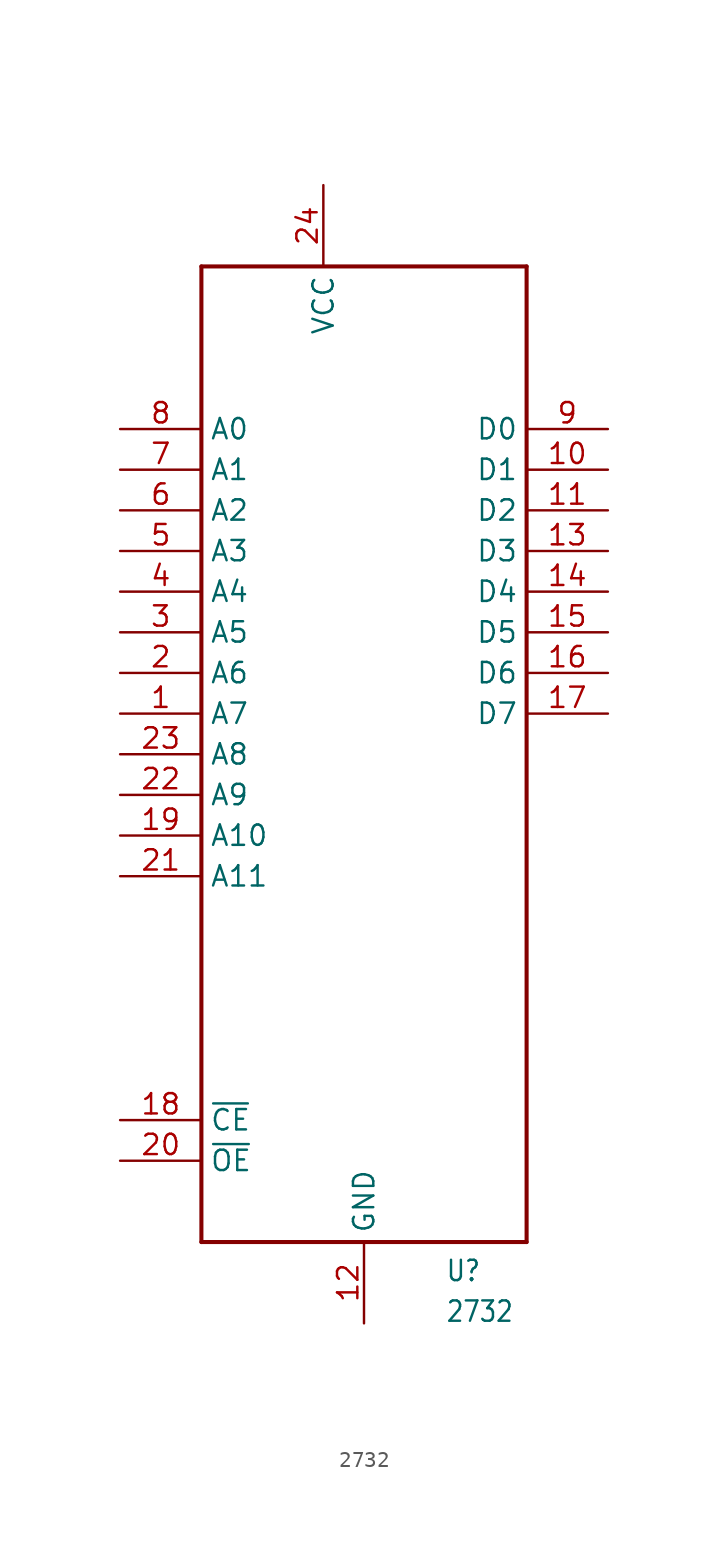
<source format=kicad_sym>
(kicad_symbol_lib
  (version 20211014)
  (generator kicad_symbol_editor)
  (symbol "2732"
    (property "Reference" "U"
      (at 5.08 -33.02 0)
      (effects (font (size 1.27 1.079)) (justify left bottom)))
    (property "Value" "2732"
      (at 5.08 -35.56 0)
      (effects (font (size 1.27 1.079)) (justify left bottom)))
    (property "ki_locked" ""
      (at 0 0 0)
      (effects (font (size 1.27 1.27))))
    (symbol "2732_1_0"
      (polyline (pts (xy -10.16 -30.48) (xy 10.16 -30.48)) (stroke (width 0.254) (type default) (color 0 0 0 0)) (fill (type none)))
      (polyline (pts (xy -10.16 30.48) (xy -10.16 -30.48)) (stroke (width 0.254) (type default) (color 0 0 0 0)) (fill (type none)))
      (polyline (pts (xy 10.16 -30.48) (xy 10.16 30.48)) (stroke (width 0.254) (type default) (color 0 0 0 0)) (fill (type none)))
      (polyline (pts (xy 10.16 30.48) (xy -10.16 30.48)) (stroke (width 0.254) (type default) (color 0 0 0 0)) (fill (type none)))
      (pin input line (at -15.24 2.54 0) (length 5.08) (name "A7" (effects (font (size 1.27 1.27)))) (number "1" (effects (font (size 1.27 1.27)))))
      (pin output line (at 15.24 17.78 180) (length 5.08) (name "D1" (effects (font (size 1.27 1.27)))) (number "10" (effects (font (size 1.27 1.27)))))
      (pin output line (at 15.24 15.24 180) (length 5.08) (name "D2" (effects (font (size 1.27 1.27)))) (number "11" (effects (font (size 1.27 1.27)))))
      (pin passive line (at 0 -35.56 90) (length 5.08) (name "GND" (effects (font (size 1.27 1.27)))) (number "12" (effects (font (size 1.27 1.27)))))
      (pin output line (at 15.24 12.7 180) (length 5.08) (name "D3" (effects (font (size 1.27 1.27)))) (number "13" (effects (font (size 1.27 1.27)))))
      (pin output line (at 15.24 10.16 180) (length 5.08) (name "D4" (effects (font (size 1.27 1.27)))) (number "14" (effects (font (size 1.27 1.27)))))
      (pin output line (at 15.24 7.62 180) (length 5.08) (name "D5" (effects (font (size 1.27 1.27)))) (number "15" (effects (font (size 1.27 1.27)))))
      (pin output line (at 15.24 5.08 180) (length 5.08) (name "D6" (effects (font (size 1.27 1.27)))) (number "16" (effects (font (size 1.27 1.27)))))
      (pin output line (at 15.24 2.54 180) (length 5.08) (name "D7" (effects (font (size 1.27 1.27)))) (number "17" (effects (font (size 1.27 1.27)))))
      (pin input line (at -15.24 -22.86 0) (length 5.08) (name "~{CE}" (effects (font (size 1.27 1.27)))) (number "18" (effects (font (size 1.27 1.27)))))
      (pin input line (at -15.24 -5.08 0) (length 5.08) (name "A10" (effects (font (size 1.27 1.27)))) (number "19" (effects (font (size 1.27 1.27)))))
      (pin input line (at -15.24 5.08 0) (length 5.08) (name "A6" (effects (font (size 1.27 1.27)))) (number "2" (effects (font (size 1.27 1.27)))))
      (pin input line (at -15.24 -25.4 0) (length 5.08) (name "~{OE}" (effects (font (size 1.27 1.27)))) (number "20" (effects (font (size 1.27 1.27)))))
      (pin input line (at -15.24 -7.62 0) (length 5.08) (name "A11" (effects (font (size 1.27 1.27)))) (number "21" (effects (font (size 1.27 1.27)))))
      (pin input line (at -15.24 -2.54 0) (length 5.08) (name "A9" (effects (font (size 1.27 1.27)))) (number "22" (effects (font (size 1.27 1.27)))))
      (pin input line (at -15.24 0 0) (length 5.08) (name "A8" (effects (font (size 1.27 1.27)))) (number "23" (effects (font (size 1.27 1.27)))))
      (pin passive line (at -2.54 35.56 270) (length 5.08) (name "VCC" (effects (font (size 1.27 1.27)))) (number "24" (effects (font (size 1.27 1.27)))))
      (pin input line (at -15.24 7.62 0) (length 5.08) (name "A5" (effects (font (size 1.27 1.27)))) (number "3" (effects (font (size 1.27 1.27)))))
      (pin input line (at -15.24 10.16 0) (length 5.08) (name "A4" (effects (font (size 1.27 1.27)))) (number "4" (effects (font (size 1.27 1.27)))))
      (pin input line (at -15.24 12.7 0) (length 5.08) (name "A3" (effects (font (size 1.27 1.27)))) (number "5" (effects (font (size 1.27 1.27)))))
      (pin input line (at -15.24 15.24 0) (length 5.08) (name "A2" (effects (font (size 1.27 1.27)))) (number "6" (effects (font (size 1.27 1.27)))))
      (pin input line (at -15.24 17.78 0) (length 5.08) (name "A1" (effects (font (size 1.27 1.27)))) (number "7" (effects (font (size 1.27 1.27)))))
      (pin input line (at -15.24 20.32 0) (length 5.08) (name "A0" (effects (font (size 1.27 1.27)))) (number "8" (effects (font (size 1.27 1.27)))))
      (pin output line (at 15.24 20.32 180) (length 5.08) (name "D0" (effects (font (size 1.27 1.27)))) (number "9" (effects (font (size 1.27 1.27))))))))
</source>
